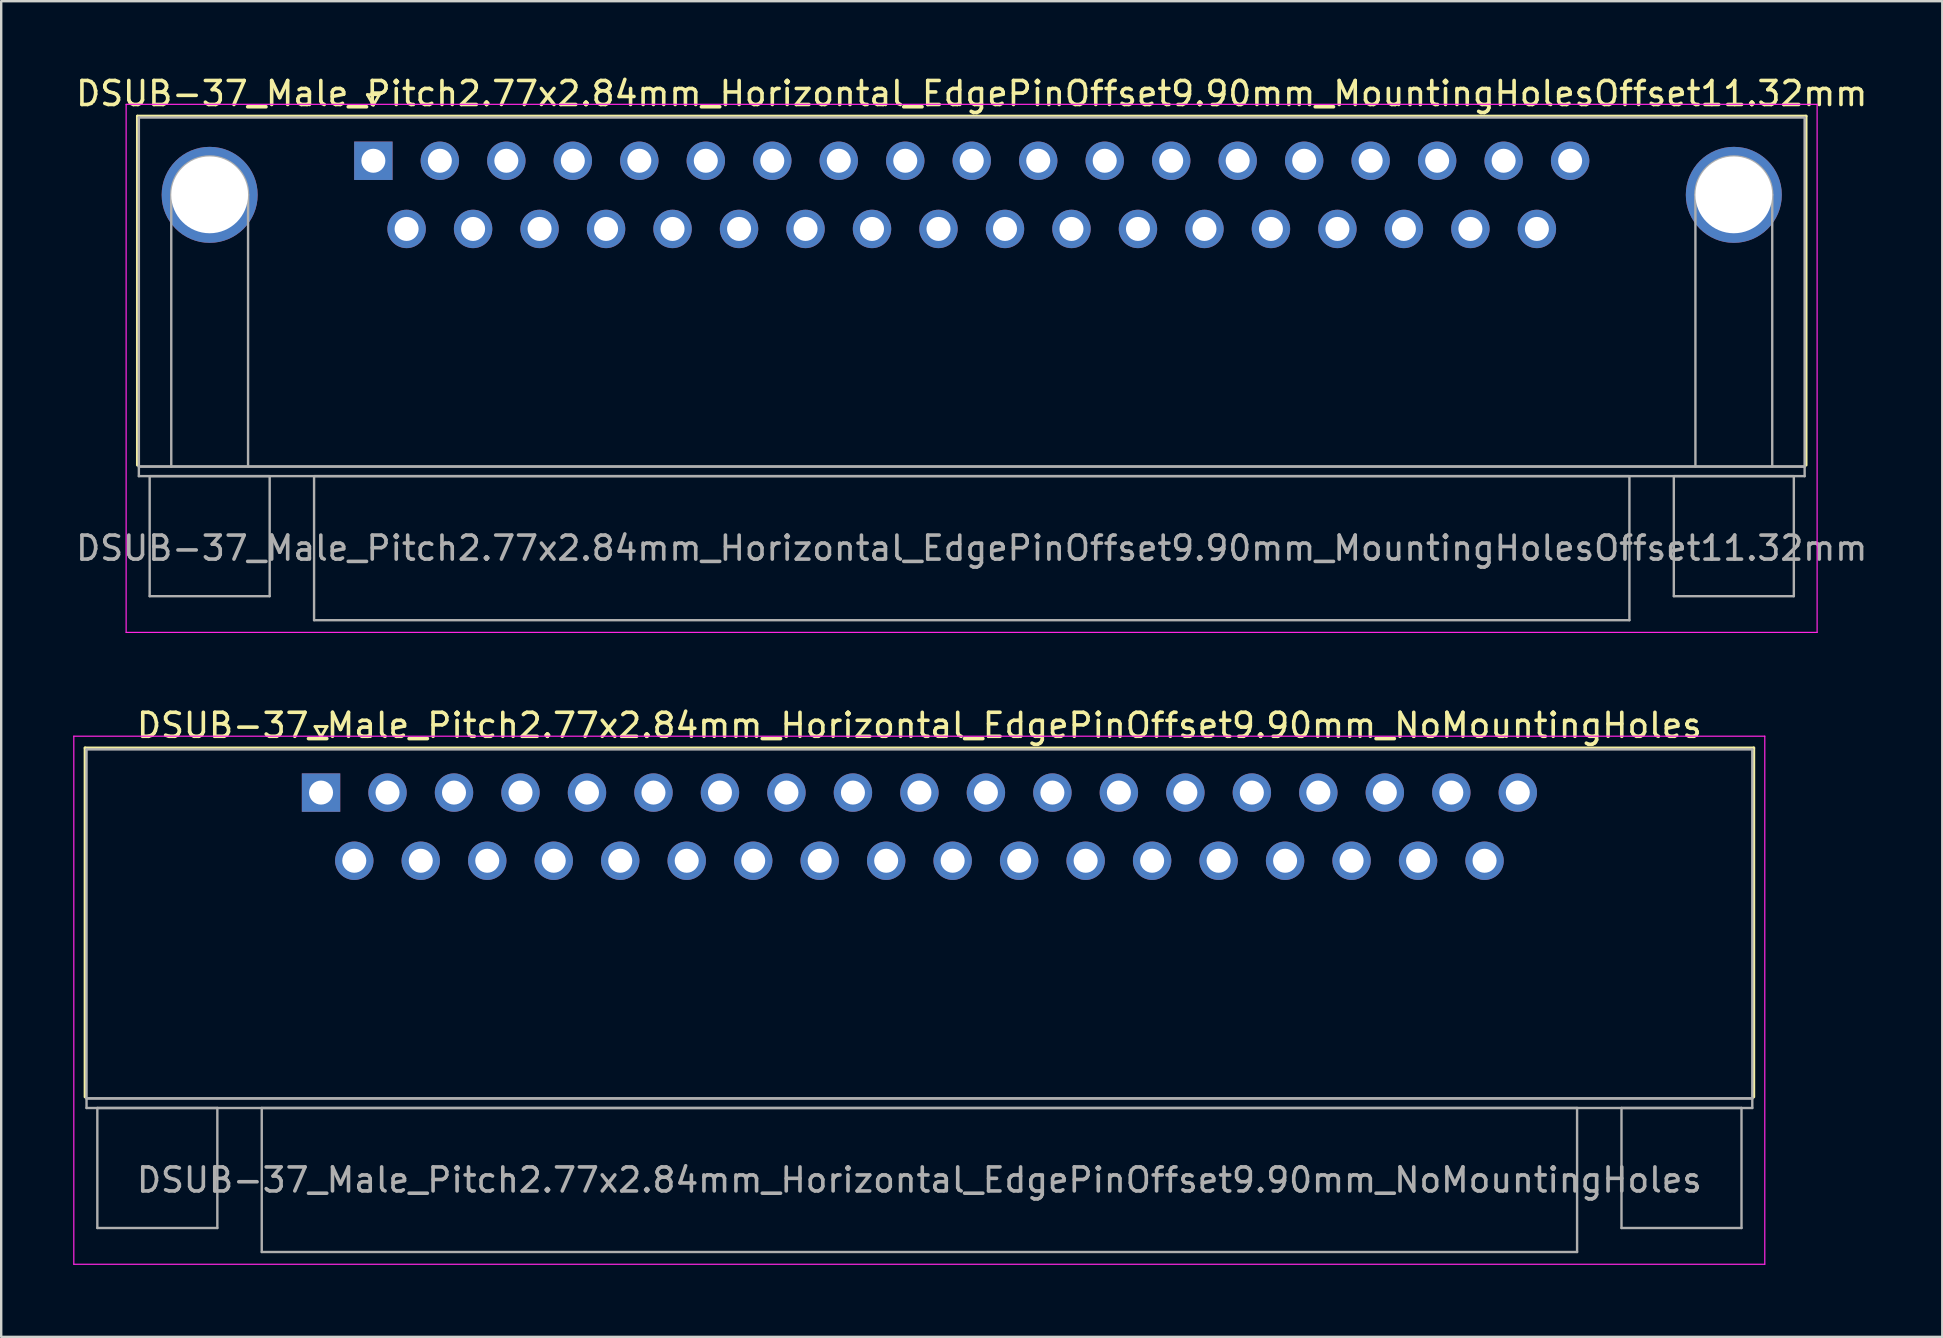
<source format=kicad_pcb>
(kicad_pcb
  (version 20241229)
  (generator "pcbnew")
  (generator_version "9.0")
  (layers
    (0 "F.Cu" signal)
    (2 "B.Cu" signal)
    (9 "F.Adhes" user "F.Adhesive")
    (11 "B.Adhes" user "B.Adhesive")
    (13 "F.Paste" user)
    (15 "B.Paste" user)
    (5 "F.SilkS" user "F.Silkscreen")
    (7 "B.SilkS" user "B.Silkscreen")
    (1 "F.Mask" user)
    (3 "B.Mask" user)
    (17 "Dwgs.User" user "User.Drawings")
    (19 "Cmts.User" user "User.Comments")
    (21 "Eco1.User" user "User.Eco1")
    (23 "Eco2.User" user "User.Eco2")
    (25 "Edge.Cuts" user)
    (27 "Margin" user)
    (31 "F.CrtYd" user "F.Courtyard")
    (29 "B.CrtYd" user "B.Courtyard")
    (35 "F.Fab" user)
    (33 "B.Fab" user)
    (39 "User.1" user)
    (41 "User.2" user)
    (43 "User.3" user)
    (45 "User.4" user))
  (footprint "DSUB-37_Male_Pitch2.77x2.84mm_Horizontal_EdgePinOffset9.90mm_NoMountingHoles"
    (layer "F.Cu")
    (at 10.325 29.971)
    (property "Reference" "DSUB-37_Male_Pitch2.77x2.84mm_Horizontal_EdgePinOffset9.90mm_NoMountingHoles" (at 24.93 -2.8 0) (layer "F.SilkS") (effects (font (size 1 1) (thickness 0.15))))
    (attr through_hole)
    (fp_line (start -9.83 -1.86) (end 59.69 -1.86) (stroke (width 0.12) (type solid)) (layer "F.SilkS"))
    (fp_line (start -9.83 12.68) (end -9.83 -1.86) (stroke (width 0.12) (type solid)) (layer "F.SilkS"))
    (fp_line (start -0.25 -2.754) (end 0.25 -2.754) (stroke (width 0.12) (type solid)) (layer "F.SilkS"))
    (fp_line (start 0 -2.321) (end -0.25 -2.754) (stroke (width 0.12) (type solid)) (layer "F.SilkS"))
    (fp_line (start 0.25 -2.754) (end 0 -2.321) (stroke (width 0.12) (type solid)) (layer "F.SilkS"))
    (fp_line (start 59.69 -1.86) (end 59.69 12.68) (stroke (width 0.12) (type solid)) (layer "F.SilkS"))
    (fp_line (start -10.3 -2.35) (end -10.3 19.65) (stroke (width 0.05) (type solid)) (layer "F.CrtYd"))
    (fp_line (start -10.3 19.65) (end 60.15 19.65) (stroke (width 0.05) (type solid)) (layer "F.CrtYd"))
    (fp_line (start 60.15 -2.35) (end -10.3 -2.35) (stroke (width 0.05) (type solid)) (layer "F.CrtYd"))
    (fp_line (start 60.15 19.65) (end 60.15 -2.35) (stroke (width 0.05) (type solid)) (layer "F.CrtYd"))
    (fp_line (start -9.77 -1.8) (end -9.77 12.74) (stroke (width 0.1) (type solid)) (layer "F.Fab"))
    (fp_line (start -9.77 12.74) (end -9.77 13.14) (stroke (width 0.1) (type solid)) (layer "F.Fab"))
    (fp_line (start -9.77 12.74) (end 59.63 12.74) (stroke (width 0.1) (type solid)) (layer "F.Fab"))
    (fp_line (start -9.77 13.14) (end 59.63 13.14) (stroke (width 0.1) (type solid)) (layer "F.Fab"))
    (fp_line (start -9.32 13.14) (end -9.32 18.14) (stroke (width 0.1) (type solid)) (layer "F.Fab"))
    (fp_line (start -9.32 18.14) (end -4.32 18.14) (stroke (width 0.1) (type solid)) (layer "F.Fab"))
    (fp_line (start -4.32 13.14) (end -9.32 13.14) (stroke (width 0.1) (type solid)) (layer "F.Fab"))
    (fp_line (start -4.32 18.14) (end -4.32 13.14) (stroke (width 0.1) (type solid)) (layer "F.Fab"))
    (fp_line (start -2.47 13.14) (end -2.47 19.14) (stroke (width 0.1) (type solid)) (layer "F.Fab"))
    (fp_line (start -2.47 19.14) (end 52.33 19.14) (stroke (width 0.1) (type solid)) (layer "F.Fab"))
    (fp_line (start 52.33 13.14) (end -2.47 13.14) (stroke (width 0.1) (type solid)) (layer "F.Fab"))
    (fp_line (start 52.33 19.14) (end 52.33 13.14) (stroke (width 0.1) (type solid)) (layer "F.Fab"))
    (fp_line (start 54.18 13.14) (end 54.18 18.14) (stroke (width 0.1) (type solid)) (layer "F.Fab"))
    (fp_line (start 54.18 18.14) (end 59.18 18.14) (stroke (width 0.1) (type solid)) (layer "F.Fab"))
    (fp_line (start 59.18 13.14) (end 54.18 13.14) (stroke (width 0.1) (type solid)) (layer "F.Fab"))
    (fp_line (start 59.18 18.14) (end 59.18 13.14) (stroke (width 0.1) (type solid)) (layer "F.Fab"))
    (fp_line (start 59.63 -1.8) (end -9.77 -1.8) (stroke (width 0.1) (type solid)) (layer "F.Fab"))
    (fp_line (start 59.63 12.74) (end -9.77 12.74) (stroke (width 0.1) (type solid)) (layer "F.Fab"))
    (fp_line (start 59.63 12.74) (end 59.63 -1.8) (stroke (width 0.1) (type solid)) (layer "F.Fab"))
    (fp_line (start 59.63 13.14) (end 59.63 12.74) (stroke (width 0.1) (type solid)) (layer "F.Fab"))
    (fp_text user "${REFERENCE}" (at 24.93 16.14 0) (layer "F.Fab") (effects (font (size 1 1) (thickness 0.15))))
    (pad "1" thru_hole rect (at 0 0) (size 1.6 1.6) (drill 1) (layers "*.Cu" "*.Mask"))
    (pad "2" thru_hole circle (at 2.77 0) (size 1.6 1.6) (drill 1) (layers "*.Cu" "*.Mask"))
    (pad "3" thru_hole circle (at 5.54 0) (size 1.6 1.6) (drill 1) (layers "*.Cu" "*.Mask"))
    (pad "4" thru_hole circle (at 8.31 0) (size 1.6 1.6) (drill 1) (layers "*.Cu" "*.Mask"))
    (pad "5" thru_hole circle (at 11.08 0) (size 1.6 1.6) (drill 1) (layers "*.Cu" "*.Mask"))
    (pad "6" thru_hole circle (at 13.85 0) (size 1.6 1.6) (drill 1) (layers "*.Cu" "*.Mask"))
    (pad "7" thru_hole circle (at 16.62 0) (size 1.6 1.6) (drill 1) (layers "*.Cu" "*.Mask"))
    (pad "8" thru_hole circle (at 19.39 0) (size 1.6 1.6) (drill 1) (layers "*.Cu" "*.Mask"))
    (pad "9" thru_hole circle (at 22.16 0) (size 1.6 1.6) (drill 1) (layers "*.Cu" "*.Mask"))
    (pad "10" thru_hole circle (at 24.93 0) (size 1.6 1.6) (drill 1) (layers "*.Cu" "*.Mask"))
    (pad "11" thru_hole circle (at 27.7 0) (size 1.6 1.6) (drill 1) (layers "*.Cu" "*.Mask"))
    (pad "12" thru_hole circle (at 30.47 0) (size 1.6 1.6) (drill 1) (layers "*.Cu" "*.Mask"))
    (pad "13" thru_hole circle (at 33.24 0) (size 1.6 1.6) (drill 1) (layers "*.Cu" "*.Mask"))
    (pad "14" thru_hole circle (at 36.01 0) (size 1.6 1.6) (drill 1) (layers "*.Cu" "*.Mask"))
    (pad "15" thru_hole circle (at 38.78 0) (size 1.6 1.6) (drill 1) (layers "*.Cu" "*.Mask"))
    (pad "16" thru_hole circle (at 41.55 0) (size 1.6 1.6) (drill 1) (layers "*.Cu" "*.Mask"))
    (pad "17" thru_hole circle (at 44.32 0) (size 1.6 1.6) (drill 1) (layers "*.Cu" "*.Mask"))
    (pad "18" thru_hole circle (at 47.09 0) (size 1.6 1.6) (drill 1) (layers "*.Cu" "*.Mask"))
    (pad "19" thru_hole circle (at 49.86 0) (size 1.6 1.6) (drill 1) (layers "*.Cu" "*.Mask"))
    (pad "20" thru_hole circle (at 1.385 2.84) (size 1.6 1.6) (drill 1) (layers "*.Cu" "*.Mask"))
    (pad "21" thru_hole circle (at 4.155 2.84) (size 1.6 1.6) (drill 1) (layers "*.Cu" "*.Mask"))
    (pad "22" thru_hole circle (at 6.925 2.84) (size 1.6 1.6) (drill 1) (layers "*.Cu" "*.Mask"))
    (pad "23" thru_hole circle (at 9.695 2.84) (size 1.6 1.6) (drill 1) (layers "*.Cu" "*.Mask"))
    (pad "24" thru_hole circle (at 12.465 2.84) (size 1.6 1.6) (drill 1) (layers "*.Cu" "*.Mask"))
    (pad "25" thru_hole circle (at 15.235 2.84) (size 1.6 1.6) (drill 1) (layers "*.Cu" "*.Mask"))
    (pad "26" thru_hole circle (at 18.005 2.84) (size 1.6 1.6) (drill 1) (layers "*.Cu" "*.Mask"))
    (pad "27" thru_hole circle (at 20.775 2.84) (size 1.6 1.6) (drill 1) (layers "*.Cu" "*.Mask"))
    (pad "28" thru_hole circle (at 23.545 2.84) (size 1.6 1.6) (drill 1) (layers "*.Cu" "*.Mask"))
    (pad "29" thru_hole circle (at 26.315 2.84) (size 1.6 1.6) (drill 1) (layers "*.Cu" "*.Mask"))
    (pad "30" thru_hole circle (at 29.085 2.84) (size 1.6 1.6) (drill 1) (layers "*.Cu" "*.Mask"))
    (pad "31" thru_hole circle (at 31.855 2.84) (size 1.6 1.6) (drill 1) (layers "*.Cu" "*.Mask"))
    (pad "32" thru_hole circle (at 34.625 2.84) (size 1.6 1.6) (drill 1) (layers "*.Cu" "*.Mask"))
    (pad "33" thru_hole circle (at 37.395 2.84) (size 1.6 1.6) (drill 1) (layers "*.Cu" "*.Mask"))
    (pad "34" thru_hole circle (at 40.165 2.84) (size 1.6 1.6) (drill 1) (layers "*.Cu" "*.Mask"))
    (pad "35" thru_hole circle (at 42.935 2.84) (size 1.6 1.6) (drill 1) (layers "*.Cu" "*.Mask"))
    (pad "36" thru_hole circle (at 45.705 2.84) (size 1.6 1.6) (drill 1) (layers "*.Cu" "*.Mask"))
    (pad "37" thru_hole circle (at 48.475 2.84) (size 1.6 1.6) (drill 1) (layers "*.Cu" "*.Mask")))
  (footprint "DSUB-37_Male_Pitch2.77x2.84mm_Horizontal_EdgePinOffset9.90mm_MountingHolesOffset11.32mm"
    (layer "F.Cu")
    (at 12.505 3.648)
    (property "Reference" "DSUB-37_Male_Pitch2.77x2.84mm_Horizontal_EdgePinOffset9.90mm_MountingHolesOffset11.32mm" (at 24.93 -2.8 0) (layer "F.SilkS") (effects (font (size 1 1) (thickness 0.15))))
    (attr through_hole)
    (fp_line (start -9.83 -1.86) (end 59.69 -1.86) (stroke (width 0.12) (type solid)) (layer "F.SilkS"))
    (fp_line (start -9.83 12.68) (end -9.83 -1.86) (stroke (width 0.12) (type solid)) (layer "F.SilkS"))
    (fp_line (start -0.25 -2.754) (end 0.25 -2.754) (stroke (width 0.12) (type solid)) (layer "F.SilkS"))
    (fp_line (start 0 -2.321) (end -0.25 -2.754) (stroke (width 0.12) (type solid)) (layer "F.SilkS"))
    (fp_line (start 0.25 -2.754) (end 0 -2.321) (stroke (width 0.12) (type solid)) (layer "F.SilkS"))
    (fp_line (start 59.69 -1.86) (end 59.69 12.68) (stroke (width 0.12) (type solid)) (layer "F.SilkS"))
    (fp_line (start -10.3 -2.35) (end -10.3 19.65) (stroke (width 0.05) (type solid)) (layer "F.CrtYd"))
    (fp_line (start -10.3 19.65) (end 60.15 19.65) (stroke (width 0.05) (type solid)) (layer "F.CrtYd"))
    (fp_line (start 60.15 -2.35) (end -10.3 -2.35) (stroke (width 0.05) (type solid)) (layer "F.CrtYd"))
    (fp_line (start 60.15 19.65) (end 60.15 -2.35) (stroke (width 0.05) (type solid)) (layer "F.CrtYd"))
    (fp_line (start -9.77 -1.8) (end -9.77 12.74) (stroke (width 0.1) (type solid)) (layer "F.Fab"))
    (fp_line (start -9.77 12.74) (end -9.77 13.14) (stroke (width 0.1) (type solid)) (layer "F.Fab"))
    (fp_line (start -9.77 12.74) (end 59.63 12.74) (stroke (width 0.1) (type solid)) (layer "F.Fab"))
    (fp_line (start -9.77 13.14) (end 59.63 13.14) (stroke (width 0.1) (type solid)) (layer "F.Fab"))
    (fp_line (start -9.32 13.14) (end -9.32 18.14) (stroke (width 0.1) (type solid)) (layer "F.Fab"))
    (fp_line (start -9.32 18.14) (end -4.32 18.14) (stroke (width 0.1) (type solid)) (layer "F.Fab"))
    (fp_line (start -8.42 12.74) (end -8.42 1.42) (stroke (width 0.1) (type solid)) (layer "F.Fab"))
    (fp_line (start -5.22 12.74) (end -5.22 1.42) (stroke (width 0.1) (type solid)) (layer "F.Fab"))
    (fp_line (start -4.32 13.14) (end -9.32 13.14) (stroke (width 0.1) (type solid)) (layer "F.Fab"))
    (fp_line (start -4.32 18.14) (end -4.32 13.14) (stroke (width 0.1) (type solid)) (layer "F.Fab"))
    (fp_line (start -2.47 13.14) (end -2.47 19.14) (stroke (width 0.1) (type solid)) (layer "F.Fab"))
    (fp_line (start -2.47 19.14) (end 52.33 19.14) (stroke (width 0.1) (type solid)) (layer "F.Fab"))
    (fp_line (start 52.33 13.14) (end -2.47 13.14) (stroke (width 0.1) (type solid)) (layer "F.Fab"))
    (fp_line (start 52.33 19.14) (end 52.33 13.14) (stroke (width 0.1) (type solid)) (layer "F.Fab"))
    (fp_line (start 54.18 13.14) (end 54.18 18.14) (stroke (width 0.1) (type solid)) (layer "F.Fab"))
    (fp_line (start 54.18 18.14) (end 59.18 18.14) (stroke (width 0.1) (type solid)) (layer "F.Fab"))
    (fp_line (start 55.08 12.74) (end 55.08 1.42) (stroke (width 0.1) (type solid)) (layer "F.Fab"))
    (fp_line (start 58.28 12.74) (end 58.28 1.42) (stroke (width 0.1) (type solid)) (layer "F.Fab"))
    (fp_line (start 59.18 13.14) (end 54.18 13.14) (stroke (width 0.1) (type solid)) (layer "F.Fab"))
    (fp_line (start 59.18 18.14) (end 59.18 13.14) (stroke (width 0.1) (type solid)) (layer "F.Fab"))
    (fp_line (start 59.63 -1.8) (end -9.77 -1.8) (stroke (width 0.1) (type solid)) (layer "F.Fab"))
    (fp_line (start 59.63 12.74) (end -9.77 12.74) (stroke (width 0.1) (type solid)) (layer "F.Fab"))
    (fp_line (start 59.63 12.74) (end 59.63 -1.8) (stroke (width 0.1) (type solid)) (layer "F.Fab"))
    (fp_line (start 59.63 13.14) (end 59.63 12.74) (stroke (width 0.1) (type solid)) (layer "F.Fab"))
    (fp_arc (start -8.42 1.42) (mid -6.82 -0.18) (end -5.22 1.42) (stroke (width 0.1) (type solid)) (layer "F.Fab"))
    (fp_arc (start 55.08 1.42) (mid 56.68 -0.18) (end 58.28 1.42) (stroke (width 0.1) (type solid)) (layer "F.Fab"))
    (fp_text user "${REFERENCE}" (at 24.93 16.14 0) (layer "F.Fab") (effects (font (size 1 1) (thickness 0.15))))
    (pad "0" thru_hole circle (at -6.82 1.42) (size 4 4) (drill 3.2) (layers "*.Cu" "*.Mask"))
    (pad "0" thru_hole circle (at 56.68 1.42) (size 4 4) (drill 3.2) (layers "*.Cu" "*.Mask"))
    (pad "1" thru_hole rect (at 0 0) (size 1.6 1.6) (drill 1) (layers "*.Cu" "*.Mask"))
    (pad "2" thru_hole circle (at 2.77 0) (size 1.6 1.6) (drill 1) (layers "*.Cu" "*.Mask"))
    (pad "3" thru_hole circle (at 5.54 0) (size 1.6 1.6) (drill 1) (layers "*.Cu" "*.Mask"))
    (pad "4" thru_hole circle (at 8.31 0) (size 1.6 1.6) (drill 1) (layers "*.Cu" "*.Mask"))
    (pad "5" thru_hole circle (at 11.08 0) (size 1.6 1.6) (drill 1) (layers "*.Cu" "*.Mask"))
    (pad "6" thru_hole circle (at 13.85 0) (size 1.6 1.6) (drill 1) (layers "*.Cu" "*.Mask"))
    (pad "7" thru_hole circle (at 16.62 0) (size 1.6 1.6) (drill 1) (layers "*.Cu" "*.Mask"))
    (pad "8" thru_hole circle (at 19.39 0) (size 1.6 1.6) (drill 1) (layers "*.Cu" "*.Mask"))
    (pad "9" thru_hole circle (at 22.16 0) (size 1.6 1.6) (drill 1) (layers "*.Cu" "*.Mask"))
    (pad "10" thru_hole circle (at 24.93 0) (size 1.6 1.6) (drill 1) (layers "*.Cu" "*.Mask"))
    (pad "11" thru_hole circle (at 27.7 0) (size 1.6 1.6) (drill 1) (layers "*.Cu" "*.Mask"))
    (pad "12" thru_hole circle (at 30.47 0) (size 1.6 1.6) (drill 1) (layers "*.Cu" "*.Mask"))
    (pad "13" thru_hole circle (at 33.24 0) (size 1.6 1.6) (drill 1) (layers "*.Cu" "*.Mask"))
    (pad "14" thru_hole circle (at 36.01 0) (size 1.6 1.6) (drill 1) (layers "*.Cu" "*.Mask"))
    (pad "15" thru_hole circle (at 38.78 0) (size 1.6 1.6) (drill 1) (layers "*.Cu" "*.Mask"))
    (pad "16" thru_hole circle (at 41.55 0) (size 1.6 1.6) (drill 1) (layers "*.Cu" "*.Mask"))
    (pad "17" thru_hole circle (at 44.32 0) (size 1.6 1.6) (drill 1) (layers "*.Cu" "*.Mask"))
    (pad "18" thru_hole circle (at 47.09 0) (size 1.6 1.6) (drill 1) (layers "*.Cu" "*.Mask"))
    (pad "19" thru_hole circle (at 49.86 0) (size 1.6 1.6) (drill 1) (layers "*.Cu" "*.Mask"))
    (pad "20" thru_hole circle (at 1.385 2.84) (size 1.6 1.6) (drill 1) (layers "*.Cu" "*.Mask"))
    (pad "21" thru_hole circle (at 4.155 2.84) (size 1.6 1.6) (drill 1) (layers "*.Cu" "*.Mask"))
    (pad "22" thru_hole circle (at 6.925 2.84) (size 1.6 1.6) (drill 1) (layers "*.Cu" "*.Mask"))
    (pad "23" thru_hole circle (at 9.695 2.84) (size 1.6 1.6) (drill 1) (layers "*.Cu" "*.Mask"))
    (pad "24" thru_hole circle (at 12.465 2.84) (size 1.6 1.6) (drill 1) (layers "*.Cu" "*.Mask"))
    (pad "25" thru_hole circle (at 15.235 2.84) (size 1.6 1.6) (drill 1) (layers "*.Cu" "*.Mask"))
    (pad "26" thru_hole circle (at 18.005 2.84) (size 1.6 1.6) (drill 1) (layers "*.Cu" "*.Mask"))
    (pad "27" thru_hole circle (at 20.775 2.84) (size 1.6 1.6) (drill 1) (layers "*.Cu" "*.Mask"))
    (pad "28" thru_hole circle (at 23.545 2.84) (size 1.6 1.6) (drill 1) (layers "*.Cu" "*.Mask"))
    (pad "29" thru_hole circle (at 26.315 2.84) (size 1.6 1.6) (drill 1) (layers "*.Cu" "*.Mask"))
    (pad "30" thru_hole circle (at 29.085 2.84) (size 1.6 1.6) (drill 1) (layers "*.Cu" "*.Mask"))
    (pad "31" thru_hole circle (at 31.855 2.84) (size 1.6 1.6) (drill 1) (layers "*.Cu" "*.Mask"))
    (pad "32" thru_hole circle (at 34.625 2.84) (size 1.6 1.6) (drill 1) (layers "*.Cu" "*.Mask"))
    (pad "33" thru_hole circle (at 37.395 2.84) (size 1.6 1.6) (drill 1) (layers "*.Cu" "*.Mask"))
    (pad "34" thru_hole circle (at 40.165 2.84) (size 1.6 1.6) (drill 1) (layers "*.Cu" "*.Mask"))
    (pad "35" thru_hole circle (at 42.935 2.84) (size 1.6 1.6) (drill 1) (layers "*.Cu" "*.Mask"))
    (pad "36" thru_hole circle (at 45.705 2.84) (size 1.6 1.6) (drill 1) (layers "*.Cu" "*.Mask"))
    (pad "37" thru_hole circle (at 48.475 2.84) (size 1.6 1.6) (drill 1) (layers "*.Cu" "*.Mask")))
  (gr_rect
    (start -3 -3)
    (end 77.869 52.647)
    (stroke (width 0.1) (type default))
    (fill no)
    (layer "Edge.Cuts")))
</source>
